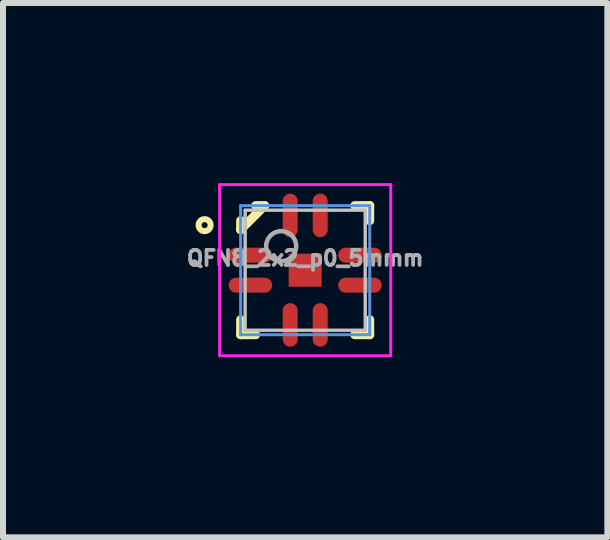
<source format=kicad_pcb>
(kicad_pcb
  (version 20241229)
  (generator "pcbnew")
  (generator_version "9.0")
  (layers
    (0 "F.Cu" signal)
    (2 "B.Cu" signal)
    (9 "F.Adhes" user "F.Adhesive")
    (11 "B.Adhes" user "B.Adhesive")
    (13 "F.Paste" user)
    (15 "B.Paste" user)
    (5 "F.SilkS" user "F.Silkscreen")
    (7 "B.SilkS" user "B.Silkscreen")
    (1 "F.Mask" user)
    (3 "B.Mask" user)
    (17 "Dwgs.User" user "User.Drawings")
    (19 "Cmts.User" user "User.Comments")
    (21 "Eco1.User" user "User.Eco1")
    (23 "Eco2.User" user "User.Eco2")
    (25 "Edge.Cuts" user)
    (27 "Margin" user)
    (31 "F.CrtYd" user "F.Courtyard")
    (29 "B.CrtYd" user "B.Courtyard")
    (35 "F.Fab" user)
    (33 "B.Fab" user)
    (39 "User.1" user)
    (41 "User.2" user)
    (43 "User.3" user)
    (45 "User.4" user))
  (footprint "QFN8_2x2_p0_5mmm"
    (layer "F.Cu")
    (at 2.033 1.45)
    (property "Reference" "QFN8_2x2_p0_5mmm" (at 0 -0.2 0) (layer "F.Fab") (effects (font (size 0.25 0.25) (thickness 0.1))))
    (attr through_hole)
    (fp_line (start -1.075 -0.675) (end -1.075 -0.825) (stroke (width 0.15) (type solid)) (layer "F.SilkS"))
    (fp_line (start -1.075 -0.675) (end -0.675 -1.075) (stroke (width 0.15) (type solid)) (layer "F.SilkS"))
    (fp_line (start -1.075 1.075) (end -1.075 0.825) (stroke (width 0.15) (type solid)) (layer "F.SilkS"))
    (fp_line (start -1.075 1.075) (end -0.825 1.075) (stroke (width 0.15) (type solid)) (layer "F.SilkS"))
    (fp_line (start -0.825 -1.075) (end -0.675 -1.075) (stroke (width 0.15) (type solid)) (layer "F.SilkS"))
    (fp_line (start 1.075 -1.075) (end 0.825 -1.075) (stroke (width 0.15) (type solid)) (layer "F.SilkS"))
    (fp_line (start 1.075 -1.075) (end 1.075 -0.825) (stroke (width 0.15) (type solid)) (layer "F.SilkS"))
    (fp_line (start 1.075 1.075) (end 0.825 1.075) (stroke (width 0.15) (type solid)) (layer "F.SilkS"))
    (fp_line (start 1.075 1.075) (end 1.075 0.825) (stroke (width 0.15) (type solid)) (layer "F.SilkS"))
    (fp_circle (center -1.675 -0.75) (end -1.604 -0.679) (stroke (width 0.1) (type solid)) (fill no) (layer "F.SilkS"))
    (fp_line (start -1 -1) (end -1 1) (stroke (width 0.05) (type solid)) (layer "Dwgs.User"))
    (fp_line (start -1 -1) (end 1 -1) (stroke (width 0.05) (type solid)) (layer "Dwgs.User"))
    (fp_line (start -1 1) (end 1 1) (stroke (width 0.05) (type solid)) (layer "Dwgs.User"))
    (fp_line (start 1 -1) (end 1 1) (stroke (width 0.05) (type solid)) (layer "Dwgs.User"))
    (fp_line (start -1.075 -1.075) (end -1.075 1.075) (stroke (width 0.05) (type solid)) (layer "Cmts.User"))
    (fp_line (start -1.075 -1.075) (end 1.075 -1.075) (stroke (width 0.05) (type solid)) (layer "Cmts.User"))
    (fp_line (start -1.075 1.075) (end 1.075 1.075) (stroke (width 0.05) (type solid)) (layer "Cmts.User"))
    (fp_line (start 1.075 -1.075) (end 1.075 1.075) (stroke (width 0.05) (type solid)) (layer "Cmts.User"))
    (fp_line (start -0.925 -0.925) (end -0.925 0.925) (stroke (width 0.05) (type solid)) (layer "Eco1.User"))
    (fp_line (start -0.925 -0.925) (end 0.925 -0.925) (stroke (width 0.05) (type solid)) (layer "Eco1.User"))
    (fp_line (start -0.925 0.925) (end 0.925 0.925) (stroke (width 0.05) (type solid)) (layer "Eco1.User"))
    (fp_line (start 0.925 -0.925) (end 0.925 0.925) (stroke (width 0.05) (type solid)) (layer "Eco1.User"))
    (fp_line (start -1.425 -1.425) (end -1.425 1.425) (stroke (width 0.05) (type solid)) (layer "F.CrtYd"))
    (fp_line (start -1.425 -1.425) (end 1.425 -1.425) (stroke (width 0.05) (type solid)) (layer "F.CrtYd"))
    (fp_line (start -1.425 1.425) (end 1.425 1.425) (stroke (width 0.05) (type solid)) (layer "F.CrtYd"))
    (fp_line (start 1.425 -1.425) (end 1.425 1.425) (stroke (width 0.05) (type solid)) (layer "F.CrtYd"))
    (fp_line (start -1 -1) (end -1 1) (stroke (width 0.05) (type solid)) (layer "F.Fab"))
    (fp_line (start -1 -1) (end 1 -1) (stroke (width 0.05) (type solid)) (layer "F.Fab"))
    (fp_line (start -1 1) (end 1 1) (stroke (width 0.05) (type solid)) (layer "F.Fab"))
    (fp_line (start 1 -1) (end 1 1) (stroke (width 0.05) (type solid)) (layer "F.Fab"))
    (fp_circle (center -0.4 -0.4) (end -0.223 -0.223) (stroke (width 0.075) (type solid)) (fill no) (layer "F.Fab"))
    (pad "1" smd oval (at -0.912 -0.25 180) (size 0.725 0.25) (layers "F.Cu" "F.Mask" "F.Paste"))
    (pad "2" smd oval (at -0.912 0.25 180) (size 0.725 0.25) (layers "F.Cu" "F.Mask" "F.Paste"))
    (pad "3" smd oval (at -0.25 0.912 270) (size 0.725 0.25) (layers "F.Cu" "F.Mask" "F.Paste"))
    (pad "4" smd oval (at 0.25 0.912 270) (size 0.725 0.25) (layers "F.Cu" "F.Mask" "F.Paste"))
    (pad "5" smd oval (at 0.912 0.25) (size 0.725 0.25) (layers "F.Cu" "F.Mask" "F.Paste"))
    (pad "6" smd oval (at 0.912 -0.25) (size 0.725 0.25) (layers "F.Cu" "F.Mask" "F.Paste"))
    (pad "7" smd oval (at 0.25 -0.912 90) (size 0.725 0.25) (layers "F.Cu" "F.Mask" "F.Paste"))
    (pad "8" smd oval (at -0.25 -0.912 90) (size 0.725 0.25) (layers "F.Cu" "F.Mask" "F.Paste"))
    (pad "9" smd rect (at 0 0) (size 0.55 0.55) (layers "F.Cu" "F.Mask" "F.Paste")))
  (gr_rect
    (start -3 -3)
    (end 7.066 5.9)
    (stroke (width 0.1) (type default))
    (fill no)
    (layer "Edge.Cuts")))
</source>
